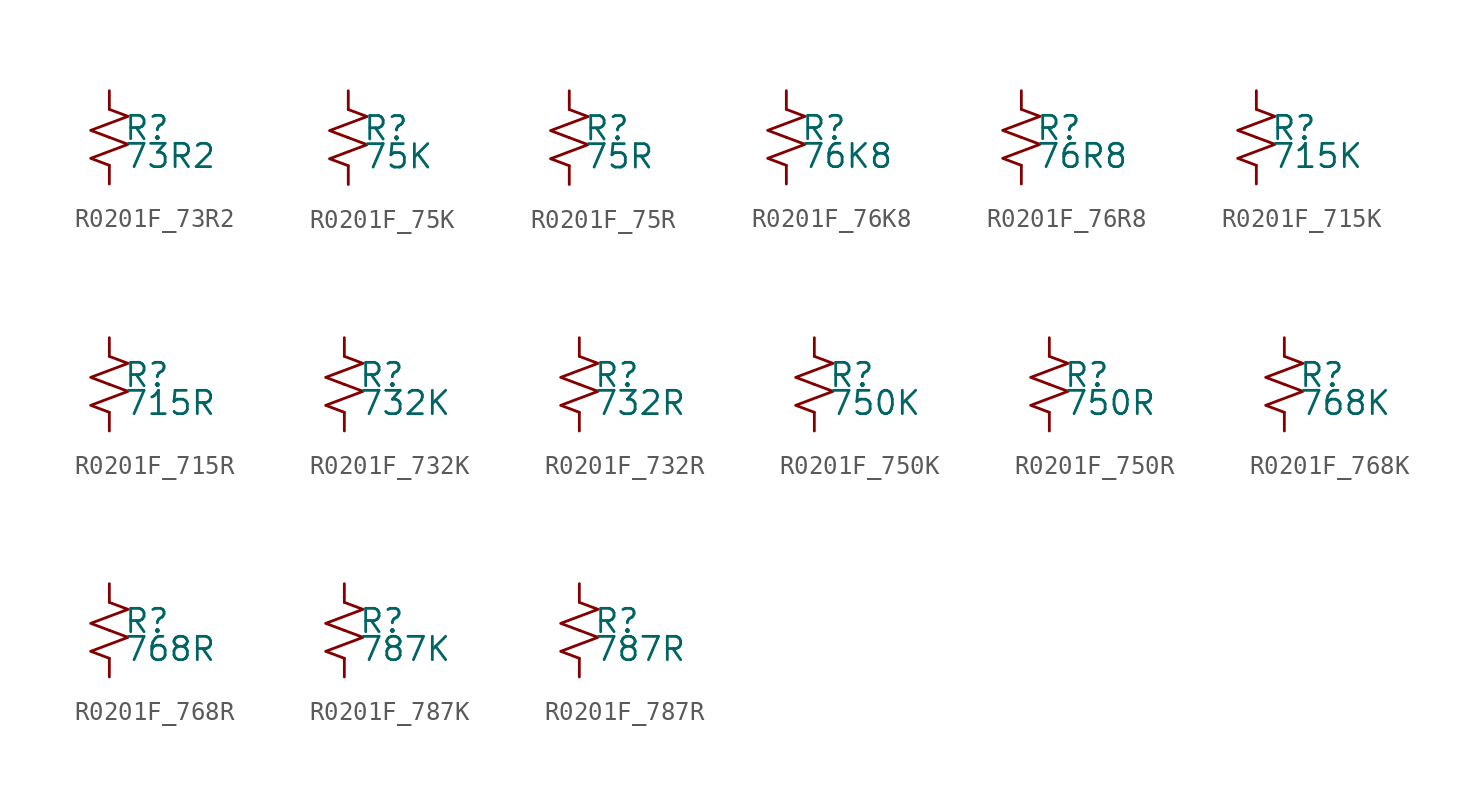
<source format=kicad_sym>
(kicad_symbol_lib
  (version 20220914)
  (generator kicad_symbol_editor)
  (symbol "R0201F_73R2"
    (pin_numbers hide)
    (pin_names
      (offset 0.254) hide)
    (property "Reference" "R"
      (at 0.762 0.508 0)
      (effects (font (size 1.27 1.27)) (justify left)))
    (property "Value" "73R2"
      (at 0.762 -1.016 0)
      (effects (font (size 1.27 1.27)) (justify left)))
    (symbol "R0201F_73R2_1_1"
      (polyline (pts (xy 0 0) (xy 1.016 -0.381) (xy 0 -0.762) (xy -1.016 -1.143) (xy 0 -1.524)) (stroke (width 0) (type default)) (fill (type none)))
      (polyline (pts (xy 0 1.524) (xy 1.016 1.143) (xy 0 0.762) (xy -1.016 0.381) (xy 0 0)) (stroke (width 0) (type default)) (fill (type none)))
      (pin passive line (at 0 2.54 270) (length 1.016) (name "~" (effects (font (size 1.27 1.27)))) (number "1" (effects (font (size 1.27 1.27)))))
      (pin passive line (at 0 -2.54 90) (length 1.016) (name "~" (effects (font (size 1.27 1.27)))) (number "2" (effects (font (size 1.27 1.27)))))))
  (symbol "R0201F_75K"
    (pin_numbers hide)
    (pin_names
      (offset 0.254) hide)
    (property "Reference" "R"
      (at 0.762 0.508 0)
      (effects (font (size 1.27 1.27)) (justify left)))
    (property "Value" "75K"
      (at 0.762 -1.016 0)
      (effects (font (size 1.27 1.27)) (justify left)))
    (symbol "R0201F_75K_1_1"
      (polyline (pts (xy 0 0) (xy 1.016 -0.381) (xy 0 -0.762) (xy -1.016 -1.143) (xy 0 -1.524)) (stroke (width 0) (type default)) (fill (type none)))
      (polyline (pts (xy 0 1.524) (xy 1.016 1.143) (xy 0 0.762) (xy -1.016 0.381) (xy 0 0)) (stroke (width 0) (type default)) (fill (type none)))
      (pin passive line (at 0 2.54 270) (length 1.016) (name "~" (effects (font (size 1.27 1.27)))) (number "1" (effects (font (size 1.27 1.27)))))
      (pin passive line (at 0 -2.54 90) (length 1.016) (name "~" (effects (font (size 1.27 1.27)))) (number "2" (effects (font (size 1.27 1.27)))))))
  (symbol "R0201F_75R"
    (pin_numbers hide)
    (pin_names
      (offset 0.254) hide)
    (property "Reference" "R"
      (at 0.762 0.508 0)
      (effects (font (size 1.27 1.27)) (justify left)))
    (property "Value" "75R"
      (at 0.762 -1.016 0)
      (effects (font (size 1.27 1.27)) (justify left)))
    (symbol "R0201F_75R_1_1"
      (polyline (pts (xy 0 0) (xy 1.016 -0.381) (xy 0 -0.762) (xy -1.016 -1.143) (xy 0 -1.524)) (stroke (width 0) (type default)) (fill (type none)))
      (polyline (pts (xy 0 1.524) (xy 1.016 1.143) (xy 0 0.762) (xy -1.016 0.381) (xy 0 0)) (stroke (width 0) (type default)) (fill (type none)))
      (pin passive line (at 0 2.54 270) (length 1.016) (name "~" (effects (font (size 1.27 1.27)))) (number "1" (effects (font (size 1.27 1.27)))))
      (pin passive line (at 0 -2.54 90) (length 1.016) (name "~" (effects (font (size 1.27 1.27)))) (number "2" (effects (font (size 1.27 1.27)))))))
  (symbol "R0201F_76K8"
    (pin_numbers hide)
    (pin_names
      (offset 0.254) hide)
    (property "Reference" "R"
      (at 0.762 0.508 0)
      (effects (font (size 1.27 1.27)) (justify left)))
    (property "Value" "76K8"
      (at 0.762 -1.016 0)
      (effects (font (size 1.27 1.27)) (justify left)))
    (symbol "R0201F_76K8_1_1"
      (polyline (pts (xy 0 0) (xy 1.016 -0.381) (xy 0 -0.762) (xy -1.016 -1.143) (xy 0 -1.524)) (stroke (width 0) (type default)) (fill (type none)))
      (polyline (pts (xy 0 1.524) (xy 1.016 1.143) (xy 0 0.762) (xy -1.016 0.381) (xy 0 0)) (stroke (width 0) (type default)) (fill (type none)))
      (pin passive line (at 0 2.54 270) (length 1.016) (name "~" (effects (font (size 1.27 1.27)))) (number "1" (effects (font (size 1.27 1.27)))))
      (pin passive line (at 0 -2.54 90) (length 1.016) (name "~" (effects (font (size 1.27 1.27)))) (number "2" (effects (font (size 1.27 1.27)))))))
  (symbol "R0201F_76R8"
    (pin_numbers hide)
    (pin_names
      (offset 0.254) hide)
    (property "Reference" "R"
      (at 0.762 0.508 0)
      (effects (font (size 1.27 1.27)) (justify left)))
    (property "Value" "76R8"
      (at 0.762 -1.016 0)
      (effects (font (size 1.27 1.27)) (justify left)))
    (symbol "R0201F_76R8_1_1"
      (polyline (pts (xy 0 0) (xy 1.016 -0.381) (xy 0 -0.762) (xy -1.016 -1.143) (xy 0 -1.524)) (stroke (width 0) (type default)) (fill (type none)))
      (polyline (pts (xy 0 1.524) (xy 1.016 1.143) (xy 0 0.762) (xy -1.016 0.381) (xy 0 0)) (stroke (width 0) (type default)) (fill (type none)))
      (pin passive line (at 0 2.54 270) (length 1.016) (name "~" (effects (font (size 1.27 1.27)))) (number "1" (effects (font (size 1.27 1.27)))))
      (pin passive line (at 0 -2.54 90) (length 1.016) (name "~" (effects (font (size 1.27 1.27)))) (number "2" (effects (font (size 1.27 1.27)))))))
  (symbol "R0201F_715K"
    (pin_numbers hide)
    (pin_names
      (offset 0.254) hide)
    (property "Reference" "R"
      (at 0.762 0.508 0)
      (effects (font (size 1.27 1.27)) (justify left)))
    (property "Value" "715K"
      (at 0.762 -1.016 0)
      (effects (font (size 1.27 1.27)) (justify left)))
    (symbol "R0201F_715K_1_1"
      (polyline (pts (xy 0 0) (xy 1.016 -0.381) (xy 0 -0.762) (xy -1.016 -1.143) (xy 0 -1.524)) (stroke (width 0) (type default)) (fill (type none)))
      (polyline (pts (xy 0 1.524) (xy 1.016 1.143) (xy 0 0.762) (xy -1.016 0.381) (xy 0 0)) (stroke (width 0) (type default)) (fill (type none)))
      (pin passive line (at 0 2.54 270) (length 1.016) (name "~" (effects (font (size 1.27 1.27)))) (number "1" (effects (font (size 1.27 1.27)))))
      (pin passive line (at 0 -2.54 90) (length 1.016) (name "~" (effects (font (size 1.27 1.27)))) (number "2" (effects (font (size 1.27 1.27)))))))
  (symbol "R0201F_715R"
    (pin_numbers hide)
    (pin_names
      (offset 0.254) hide)
    (property "Reference" "R"
      (at 0.762 0.508 0)
      (effects (font (size 1.27 1.27)) (justify left)))
    (property "Value" "715R"
      (at 0.762 -1.016 0)
      (effects (font (size 1.27 1.27)) (justify left)))
    (symbol "R0201F_715R_1_1"
      (polyline (pts (xy 0 0) (xy 1.016 -0.381) (xy 0 -0.762) (xy -1.016 -1.143) (xy 0 -1.524)) (stroke (width 0) (type default)) (fill (type none)))
      (polyline (pts (xy 0 1.524) (xy 1.016 1.143) (xy 0 0.762) (xy -1.016 0.381) (xy 0 0)) (stroke (width 0) (type default)) (fill (type none)))
      (pin passive line (at 0 2.54 270) (length 1.016) (name "~" (effects (font (size 1.27 1.27)))) (number "1" (effects (font (size 1.27 1.27)))))
      (pin passive line (at 0 -2.54 90) (length 1.016) (name "~" (effects (font (size 1.27 1.27)))) (number "2" (effects (font (size 1.27 1.27)))))))
  (symbol "R0201F_732K"
    (pin_numbers hide)
    (pin_names
      (offset 0.254) hide)
    (property "Reference" "R"
      (at 0.762 0.508 0)
      (effects (font (size 1.27 1.27)) (justify left)))
    (property "Value" "732K"
      (at 0.762 -1.016 0)
      (effects (font (size 1.27 1.27)) (justify left)))
    (symbol "R0201F_732K_1_1"
      (polyline (pts (xy 0 0) (xy 1.016 -0.381) (xy 0 -0.762) (xy -1.016 -1.143) (xy 0 -1.524)) (stroke (width 0) (type default)) (fill (type none)))
      (polyline (pts (xy 0 1.524) (xy 1.016 1.143) (xy 0 0.762) (xy -1.016 0.381) (xy 0 0)) (stroke (width 0) (type default)) (fill (type none)))
      (pin passive line (at 0 2.54 270) (length 1.016) (name "~" (effects (font (size 1.27 1.27)))) (number "1" (effects (font (size 1.27 1.27)))))
      (pin passive line (at 0 -2.54 90) (length 1.016) (name "~" (effects (font (size 1.27 1.27)))) (number "2" (effects (font (size 1.27 1.27)))))))
  (symbol "R0201F_732R"
    (pin_numbers hide)
    (pin_names
      (offset 0.254) hide)
    (property "Reference" "R"
      (at 0.762 0.508 0)
      (effects (font (size 1.27 1.27)) (justify left)))
    (property "Value" "732R"
      (at 0.762 -1.016 0)
      (effects (font (size 1.27 1.27)) (justify left)))
    (symbol "R0201F_732R_1_1"
      (polyline (pts (xy 0 0) (xy 1.016 -0.381) (xy 0 -0.762) (xy -1.016 -1.143) (xy 0 -1.524)) (stroke (width 0) (type default)) (fill (type none)))
      (polyline (pts (xy 0 1.524) (xy 1.016 1.143) (xy 0 0.762) (xy -1.016 0.381) (xy 0 0)) (stroke (width 0) (type default)) (fill (type none)))
      (pin passive line (at 0 2.54 270) (length 1.016) (name "~" (effects (font (size 1.27 1.27)))) (number "1" (effects (font (size 1.27 1.27)))))
      (pin passive line (at 0 -2.54 90) (length 1.016) (name "~" (effects (font (size 1.27 1.27)))) (number "2" (effects (font (size 1.27 1.27)))))))
  (symbol "R0201F_750K"
    (pin_numbers hide)
    (pin_names
      (offset 0.254) hide)
    (property "Reference" "R"
      (at 0.762 0.508 0)
      (effects (font (size 1.27 1.27)) (justify left)))
    (property "Value" "750K"
      (at 0.762 -1.016 0)
      (effects (font (size 1.27 1.27)) (justify left)))
    (symbol "R0201F_750K_1_1"
      (polyline (pts (xy 0 0) (xy 1.016 -0.381) (xy 0 -0.762) (xy -1.016 -1.143) (xy 0 -1.524)) (stroke (width 0) (type default)) (fill (type none)))
      (polyline (pts (xy 0 1.524) (xy 1.016 1.143) (xy 0 0.762) (xy -1.016 0.381) (xy 0 0)) (stroke (width 0) (type default)) (fill (type none)))
      (pin passive line (at 0 2.54 270) (length 1.016) (name "~" (effects (font (size 1.27 1.27)))) (number "1" (effects (font (size 1.27 1.27)))))
      (pin passive line (at 0 -2.54 90) (length 1.016) (name "~" (effects (font (size 1.27 1.27)))) (number "2" (effects (font (size 1.27 1.27)))))))
  (symbol "R0201F_750R"
    (pin_numbers hide)
    (pin_names
      (offset 0.254) hide)
    (property "Reference" "R"
      (at 0.762 0.508 0)
      (effects (font (size 1.27 1.27)) (justify left)))
    (property "Value" "750R"
      (at 0.762 -1.016 0)
      (effects (font (size 1.27 1.27)) (justify left)))
    (symbol "R0201F_750R_1_1"
      (polyline (pts (xy 0 0) (xy 1.016 -0.381) (xy 0 -0.762) (xy -1.016 -1.143) (xy 0 -1.524)) (stroke (width 0) (type default)) (fill (type none)))
      (polyline (pts (xy 0 1.524) (xy 1.016 1.143) (xy 0 0.762) (xy -1.016 0.381) (xy 0 0)) (stroke (width 0) (type default)) (fill (type none)))
      (pin passive line (at 0 2.54 270) (length 1.016) (name "~" (effects (font (size 1.27 1.27)))) (number "1" (effects (font (size 1.27 1.27)))))
      (pin passive line (at 0 -2.54 90) (length 1.016) (name "~" (effects (font (size 1.27 1.27)))) (number "2" (effects (font (size 1.27 1.27)))))))
  (symbol "R0201F_768K"
    (pin_numbers hide)
    (pin_names
      (offset 0.254) hide)
    (property "Reference" "R"
      (at 0.762 0.508 0)
      (effects (font (size 1.27 1.27)) (justify left)))
    (property "Value" "768K"
      (at 0.762 -1.016 0)
      (effects (font (size 1.27 1.27)) (justify left)))
    (symbol "R0201F_768K_1_1"
      (polyline (pts (xy 0 0) (xy 1.016 -0.381) (xy 0 -0.762) (xy -1.016 -1.143) (xy 0 -1.524)) (stroke (width 0) (type default)) (fill (type none)))
      (polyline (pts (xy 0 1.524) (xy 1.016 1.143) (xy 0 0.762) (xy -1.016 0.381) (xy 0 0)) (stroke (width 0) (type default)) (fill (type none)))
      (pin passive line (at 0 2.54 270) (length 1.016) (name "~" (effects (font (size 1.27 1.27)))) (number "1" (effects (font (size 1.27 1.27)))))
      (pin passive line (at 0 -2.54 90) (length 1.016) (name "~" (effects (font (size 1.27 1.27)))) (number "2" (effects (font (size 1.27 1.27)))))))
  (symbol "R0201F_768R"
    (pin_numbers hide)
    (pin_names
      (offset 0.254) hide)
    (property "Reference" "R"
      (at 0.762 0.508 0)
      (effects (font (size 1.27 1.27)) (justify left)))
    (property "Value" "768R"
      (at 0.762 -1.016 0)
      (effects (font (size 1.27 1.27)) (justify left)))
    (symbol "R0201F_768R_1_1"
      (polyline (pts (xy 0 0) (xy 1.016 -0.381) (xy 0 -0.762) (xy -1.016 -1.143) (xy 0 -1.524)) (stroke (width 0) (type default)) (fill (type none)))
      (polyline (pts (xy 0 1.524) (xy 1.016 1.143) (xy 0 0.762) (xy -1.016 0.381) (xy 0 0)) (stroke (width 0) (type default)) (fill (type none)))
      (pin passive line (at 0 2.54 270) (length 1.016) (name "~" (effects (font (size 1.27 1.27)))) (number "1" (effects (font (size 1.27 1.27)))))
      (pin passive line (at 0 -2.54 90) (length 1.016) (name "~" (effects (font (size 1.27 1.27)))) (number "2" (effects (font (size 1.27 1.27)))))))
  (symbol "R0201F_787K"
    (pin_numbers hide)
    (pin_names
      (offset 0.254) hide)
    (property "Reference" "R"
      (at 0.762 0.508 0)
      (effects (font (size 1.27 1.27)) (justify left)))
    (property "Value" "787K"
      (at 0.762 -1.016 0)
      (effects (font (size 1.27 1.27)) (justify left)))
    (symbol "R0201F_787K_1_1"
      (polyline (pts (xy 0 0) (xy 1.016 -0.381) (xy 0 -0.762) (xy -1.016 -1.143) (xy 0 -1.524)) (stroke (width 0) (type default)) (fill (type none)))
      (polyline (pts (xy 0 1.524) (xy 1.016 1.143) (xy 0 0.762) (xy -1.016 0.381) (xy 0 0)) (stroke (width 0) (type default)) (fill (type none)))
      (pin passive line (at 0 2.54 270) (length 1.016) (name "~" (effects (font (size 1.27 1.27)))) (number "1" (effects (font (size 1.27 1.27)))))
      (pin passive line (at 0 -2.54 90) (length 1.016) (name "~" (effects (font (size 1.27 1.27)))) (number "2" (effects (font (size 1.27 1.27)))))))
  (symbol "R0201F_787R"
    (pin_numbers hide)
    (pin_names
      (offset 0.254) hide)
    (property "Reference" "R"
      (at 0.762 0.508 0)
      (effects (font (size 1.27 1.27)) (justify left)))
    (property "Value" "787R"
      (at 0.762 -1.016 0)
      (effects (font (size 1.27 1.27)) (justify left)))
    (symbol "R0201F_787R_1_1"
      (polyline (pts (xy 0 0) (xy 1.016 -0.381) (xy 0 -0.762) (xy -1.016 -1.143) (xy 0 -1.524)) (stroke (width 0) (type default)) (fill (type none)))
      (polyline (pts (xy 0 1.524) (xy 1.016 1.143) (xy 0 0.762) (xy -1.016 0.381) (xy 0 0)) (stroke (width 0) (type default)) (fill (type none)))
      (pin passive line (at 0 2.54 270) (length 1.016) (name "~" (effects (font (size 1.27 1.27)))) (number "1" (effects (font (size 1.27 1.27)))))
      (pin passive line (at 0 -2.54 90) (length 1.016) (name "~" (effects (font (size 1.27 1.27)))) (number "2" (effects (font (size 1.27 1.27))))))))
</source>
